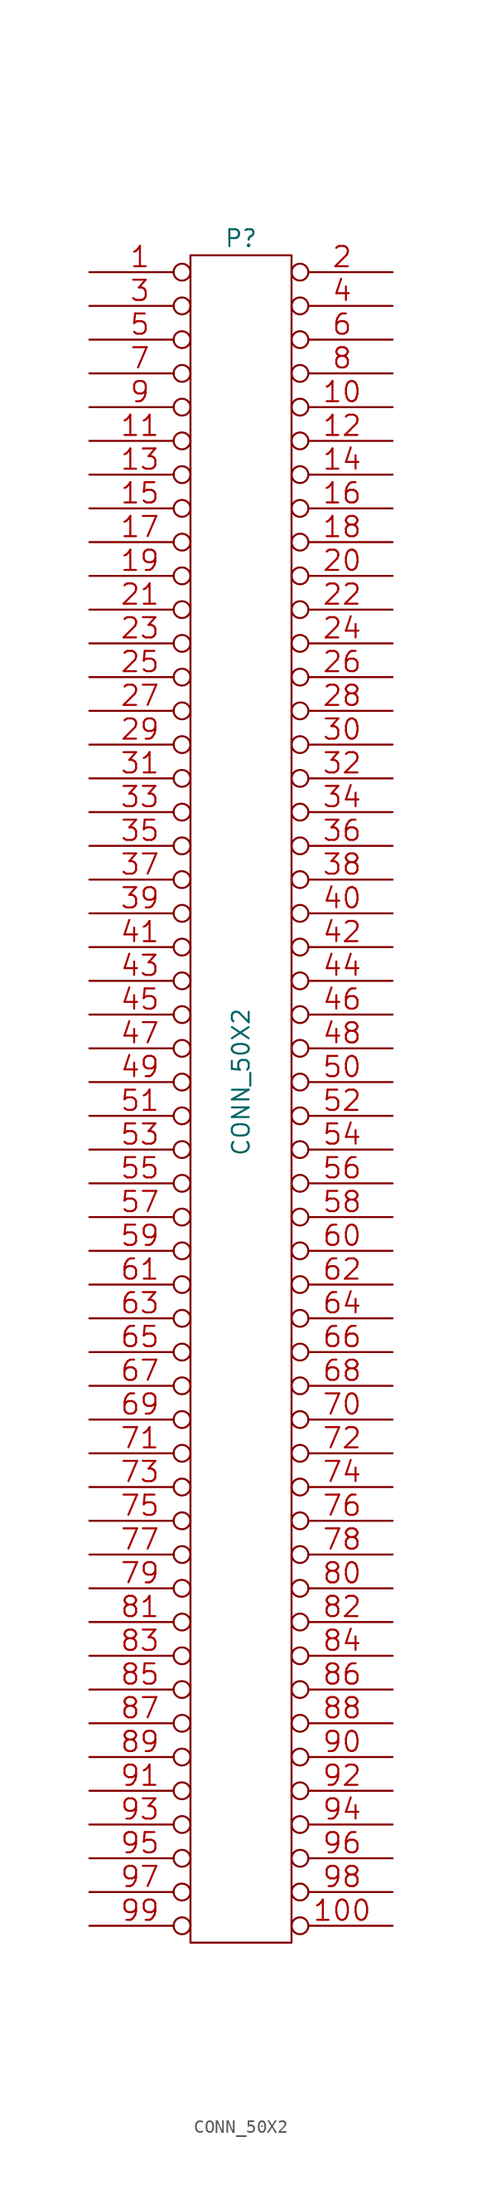
<source format=kicad_sym>
(kicad_symbol_lib
  (version 20211014)
  (generator kicad_symbol_editor)
  (symbol "CONN_50X2"
    (pin_names
      (offset 1.016) hide)
    (property "Reference" "P"
      (at 0 64.77 0)
      (effects (font (size 1.27 1.27))))
    (property "Value" "CONN_50X2"
      (at 0 1.27 90)
      (effects (font (size 1.27 1.27))))
    (symbol "CONN_50X2_0_1"
      (rectangle (start -3.81 -63.5) (end 3.81 63.5) (stroke (width 0) (type default) (color 0 0 0 0)) (fill (type none))))
    (symbol "CONN_50X2_1_1"
      (pin bidirectional inverted (at -11.43 62.23 0) (length 7.62) (name "1" (effects (font (size 0.762 0.762)))) (number "1" (effects (font (size 1.524 1.524)))))
      (pin bidirectional inverted (at 11.43 52.07 180) (length 7.62) (name "10" (effects (font (size 0.762 0.762)))) (number "10" (effects (font (size 1.524 1.524)))))
      (pin bidirectional inverted (at 11.43 -62.23 180) (length 7.62) (name "100" (effects (font (size 0.762 0.762)))) (number "100" (effects (font (size 1.524 1.524)))))
      (pin bidirectional inverted (at -11.43 49.53 0) (length 7.62) (name "11" (effects (font (size 0.762 0.762)))) (number "11" (effects (font (size 1.524 1.524)))))
      (pin bidirectional inverted (at 11.43 49.53 180) (length 7.62) (name "12" (effects (font (size 0.762 0.762)))) (number "12" (effects (font (size 1.524 1.524)))))
      (pin bidirectional inverted (at -11.43 46.99 0) (length 7.62) (name "13" (effects (font (size 0.762 0.762)))) (number "13" (effects (font (size 1.524 1.524)))))
      (pin bidirectional inverted (at 11.43 46.99 180) (length 7.62) (name "14" (effects (font (size 0.762 0.762)))) (number "14" (effects (font (size 1.524 1.524)))))
      (pin bidirectional inverted (at -11.43 44.45 0) (length 7.62) (name "15" (effects (font (size 0.762 0.762)))) (number "15" (effects (font (size 1.524 1.524)))))
      (pin bidirectional inverted (at 11.43 44.45 180) (length 7.62) (name "16" (effects (font (size 0.762 0.762)))) (number "16" (effects (font (size 1.524 1.524)))))
      (pin bidirectional inverted (at -11.43 41.91 0) (length 7.62) (name "17" (effects (font (size 0.762 0.762)))) (number "17" (effects (font (size 1.524 1.524)))))
      (pin bidirectional inverted (at 11.43 41.91 180) (length 7.62) (name "18" (effects (font (size 0.762 0.762)))) (number "18" (effects (font (size 1.524 1.524)))))
      (pin bidirectional inverted (at -11.43 39.37 0) (length 7.62) (name "19" (effects (font (size 0.762 0.762)))) (number "19" (effects (font (size 1.524 1.524)))))
      (pin bidirectional inverted (at 11.43 62.23 180) (length 7.62) (name "2" (effects (font (size 0.762 0.762)))) (number "2" (effects (font (size 1.524 1.524)))))
      (pin bidirectional inverted (at 11.43 39.37 180) (length 7.62) (name "20" (effects (font (size 0.762 0.762)))) (number "20" (effects (font (size 1.524 1.524)))))
      (pin bidirectional inverted (at -11.43 36.83 0) (length 7.62) (name "21" (effects (font (size 0.762 0.762)))) (number "21" (effects (font (size 1.524 1.524)))))
      (pin bidirectional inverted (at 11.43 36.83 180) (length 7.62) (name "22" (effects (font (size 0.762 0.762)))) (number "22" (effects (font (size 1.524 1.524)))))
      (pin bidirectional inverted (at -11.43 34.29 0) (length 7.62) (name "23" (effects (font (size 0.762 0.762)))) (number "23" (effects (font (size 1.524 1.524)))))
      (pin bidirectional inverted (at 11.43 34.29 180) (length 7.62) (name "24" (effects (font (size 0.762 0.762)))) (number "24" (effects (font (size 1.524 1.524)))))
      (pin bidirectional inverted (at -11.43 31.75 0) (length 7.62) (name "25" (effects (font (size 0.762 0.762)))) (number "25" (effects (font (size 1.524 1.524)))))
      (pin bidirectional inverted (at 11.43 31.75 180) (length 7.62) (name "26" (effects (font (size 0.762 0.762)))) (number "26" (effects (font (size 1.524 1.524)))))
      (pin bidirectional inverted (at -11.43 29.21 0) (length 7.62) (name "27" (effects (font (size 0.762 0.762)))) (number "27" (effects (font (size 1.524 1.524)))))
      (pin bidirectional inverted (at 11.43 29.21 180) (length 7.62) (name "28" (effects (font (size 0.762 0.762)))) (number "28" (effects (font (size 1.524 1.524)))))
      (pin bidirectional inverted (at -11.43 26.67 0) (length 7.62) (name "29" (effects (font (size 0.762 0.762)))) (number "29" (effects (font (size 1.524 1.524)))))
      (pin bidirectional inverted (at -11.43 59.69 0) (length 7.62) (name "3" (effects (font (size 0.762 0.762)))) (number "3" (effects (font (size 1.524 1.524)))))
      (pin bidirectional inverted (at 11.43 26.67 180) (length 7.62) (name "30" (effects (font (size 0.762 0.762)))) (number "30" (effects (font (size 1.524 1.524)))))
      (pin bidirectional inverted (at -11.43 24.13 0) (length 7.62) (name "31" (effects (font (size 0.762 0.762)))) (number "31" (effects (font (size 1.524 1.524)))))
      (pin bidirectional inverted (at 11.43 24.13 180) (length 7.62) (name "32" (effects (font (size 0.762 0.762)))) (number "32" (effects (font (size 1.524 1.524)))))
      (pin bidirectional inverted (at -11.43 21.59 0) (length 7.62) (name "33" (effects (font (size 0.762 0.762)))) (number "33" (effects (font (size 1.524 1.524)))))
      (pin bidirectional inverted (at 11.43 21.59 180) (length 7.62) (name "34" (effects (font (size 0.762 0.762)))) (number "34" (effects (font (size 1.524 1.524)))))
      (pin bidirectional inverted (at -11.43 19.05 0) (length 7.62) (name "35" (effects (font (size 0.762 0.762)))) (number "35" (effects (font (size 1.524 1.524)))))
      (pin bidirectional inverted (at 11.43 19.05 180) (length 7.62) (name "36" (effects (font (size 0.762 0.762)))) (number "36" (effects (font (size 1.524 1.524)))))
      (pin bidirectional inverted (at -11.43 16.51 0) (length 7.62) (name "37" (effects (font (size 0.762 0.762)))) (number "37" (effects (font (size 1.524 1.524)))))
      (pin bidirectional inverted (at 11.43 16.51 180) (length 7.62) (name "38" (effects (font (size 0.762 0.762)))) (number "38" (effects (font (size 1.524 1.524)))))
      (pin bidirectional inverted (at -11.43 13.97 0) (length 7.62) (name "39" (effects (font (size 0.762 0.762)))) (number "39" (effects (font (size 1.524 1.524)))))
      (pin bidirectional inverted (at 11.43 59.69 180) (length 7.62) (name "4" (effects (font (size 0.762 0.762)))) (number "4" (effects (font (size 1.524 1.524)))))
      (pin bidirectional inverted (at 11.43 13.97 180) (length 7.62) (name "40" (effects (font (size 0.762 0.762)))) (number "40" (effects (font (size 1.524 1.524)))))
      (pin bidirectional inverted (at -11.43 11.43 0) (length 7.62) (name "41" (effects (font (size 0.762 0.762)))) (number "41" (effects (font (size 1.524 1.524)))))
      (pin bidirectional inverted (at 11.43 11.43 180) (length 7.62) (name "42" (effects (font (size 0.762 0.762)))) (number "42" (effects (font (size 1.524 1.524)))))
      (pin bidirectional inverted (at -11.43 8.89 0) (length 7.62) (name "43" (effects (font (size 0.762 0.762)))) (number "43" (effects (font (size 1.524 1.524)))))
      (pin bidirectional inverted (at 11.43 8.89 180) (length 7.62) (name "44" (effects (font (size 0.762 0.762)))) (number "44" (effects (font (size 1.524 1.524)))))
      (pin bidirectional inverted (at -11.43 6.35 0) (length 7.62) (name "45" (effects (font (size 0.762 0.762)))) (number "45" (effects (font (size 1.524 1.524)))))
      (pin bidirectional inverted (at 11.43 6.35 180) (length 7.62) (name "46" (effects (font (size 0.762 0.762)))) (number "46" (effects (font (size 1.524 1.524)))))
      (pin bidirectional inverted (at -11.43 3.81 0) (length 7.62) (name "47" (effects (font (size 0.762 0.762)))) (number "47" (effects (font (size 1.524 1.524)))))
      (pin bidirectional inverted (at 11.43 3.81 180) (length 7.62) (name "48" (effects (font (size 0.762 0.762)))) (number "48" (effects (font (size 1.524 1.524)))))
      (pin bidirectional inverted (at -11.43 1.27 0) (length 7.62) (name "49" (effects (font (size 0.762 0.762)))) (number "49" (effects (font (size 1.524 1.524)))))
      (pin bidirectional inverted (at -11.43 57.15 0) (length 7.62) (name "5" (effects (font (size 0.762 0.762)))) (number "5" (effects (font (size 1.524 1.524)))))
      (pin bidirectional inverted (at 11.43 1.27 180) (length 7.62) (name "50" (effects (font (size 0.762 0.762)))) (number "50" (effects (font (size 1.524 1.524)))))
      (pin bidirectional inverted (at -11.43 -1.27 0) (length 7.62) (name "51" (effects (font (size 0.762 0.762)))) (number "51" (effects (font (size 1.524 1.524)))))
      (pin bidirectional inverted (at 11.43 -1.27 180) (length 7.62) (name "52" (effects (font (size 0.762 0.762)))) (number "52" (effects (font (size 1.524 1.524)))))
      (pin bidirectional inverted (at -11.43 -3.81 0) (length 7.62) (name "53" (effects (font (size 0.762 0.762)))) (number "53" (effects (font (size 1.524 1.524)))))
      (pin bidirectional inverted (at 11.43 -3.81 180) (length 7.62) (name "54" (effects (font (size 0.762 0.762)))) (number "54" (effects (font (size 1.524 1.524)))))
      (pin bidirectional inverted (at -11.43 -6.35 0) (length 7.62) (name "55" (effects (font (size 0.762 0.762)))) (number "55" (effects (font (size 1.524 1.524)))))
      (pin bidirectional inverted (at 11.43 -6.35 180) (length 7.62) (name "56" (effects (font (size 0.762 0.762)))) (number "56" (effects (font (size 1.524 1.524)))))
      (pin bidirectional inverted (at -11.43 -8.89 0) (length 7.62) (name "57" (effects (font (size 0.762 0.762)))) (number "57" (effects (font (size 1.524 1.524)))))
      (pin bidirectional inverted (at 11.43 -8.89 180) (length 7.62) (name "58" (effects (font (size 0.762 0.762)))) (number "58" (effects (font (size 1.524 1.524)))))
      (pin bidirectional inverted (at -11.43 -11.43 0) (length 7.62) (name "59" (effects (font (size 0.762 0.762)))) (number "59" (effects (font (size 1.524 1.524)))))
      (pin bidirectional inverted (at 11.43 57.15 180) (length 7.62) (name "6" (effects (font (size 0.762 0.762)))) (number "6" (effects (font (size 1.524 1.524)))))
      (pin bidirectional inverted (at 11.43 -11.43 180) (length 7.62) (name "60" (effects (font (size 0.762 0.762)))) (number "60" (effects (font (size 1.524 1.524)))))
      (pin bidirectional inverted (at -11.43 -13.97 0) (length 7.62) (name "61" (effects (font (size 0.762 0.762)))) (number "61" (effects (font (size 1.524 1.524)))))
      (pin bidirectional inverted (at 11.43 -13.97 180) (length 7.62) (name "62" (effects (font (size 0.762 0.762)))) (number "62" (effects (font (size 1.524 1.524)))))
      (pin bidirectional inverted (at -11.43 -16.51 0) (length 7.62) (name "63" (effects (font (size 0.762 0.762)))) (number "63" (effects (font (size 1.524 1.524)))))
      (pin bidirectional inverted (at 11.43 -16.51 180) (length 7.62) (name "64" (effects (font (size 0.762 0.762)))) (number "64" (effects (font (size 1.524 1.524)))))
      (pin bidirectional inverted (at -11.43 -19.05 0) (length 7.62) (name "65" (effects (font (size 0.762 0.762)))) (number "65" (effects (font (size 1.524 1.524)))))
      (pin bidirectional inverted (at 11.43 -19.05 180) (length 7.62) (name "66" (effects (font (size 0.762 0.762)))) (number "66" (effects (font (size 1.524 1.524)))))
      (pin bidirectional inverted (at -11.43 -21.59 0) (length 7.62) (name "67" (effects (font (size 0.762 0.762)))) (number "67" (effects (font (size 1.524 1.524)))))
      (pin bidirectional inverted (at 11.43 -21.59 180) (length 7.62) (name "68" (effects (font (size 0.762 0.762)))) (number "68" (effects (font (size 1.524 1.524)))))
      (pin bidirectional inverted (at -11.43 -24.13 0) (length 7.62) (name "69" (effects (font (size 0.762 0.762)))) (number "69" (effects (font (size 1.524 1.524)))))
      (pin bidirectional inverted (at -11.43 54.61 0) (length 7.62) (name "7" (effects (font (size 0.762 0.762)))) (number "7" (effects (font (size 1.524 1.524)))))
      (pin bidirectional inverted (at 11.43 -24.13 180) (length 7.62) (name "70" (effects (font (size 0.762 0.762)))) (number "70" (effects (font (size 1.524 1.524)))))
      (pin bidirectional inverted (at -11.43 -26.67 0) (length 7.62) (name "71" (effects (font (size 0.762 0.762)))) (number "71" (effects (font (size 1.524 1.524)))))
      (pin bidirectional inverted (at 11.43 -26.67 180) (length 7.62) (name "72" (effects (font (size 0.762 0.762)))) (number "72" (effects (font (size 1.524 1.524)))))
      (pin bidirectional inverted (at -11.43 -29.21 0) (length 7.62) (name "73" (effects (font (size 0.762 0.762)))) (number "73" (effects (font (size 1.524 1.524)))))
      (pin bidirectional inverted (at 11.43 -29.21 180) (length 7.62) (name "74" (effects (font (size 0.762 0.762)))) (number "74" (effects (font (size 1.524 1.524)))))
      (pin bidirectional inverted (at -11.43 -31.75 0) (length 7.62) (name "75" (effects (font (size 0.762 0.762)))) (number "75" (effects (font (size 1.524 1.524)))))
      (pin bidirectional inverted (at 11.43 -31.75 180) (length 7.62) (name "76" (effects (font (size 0.762 0.762)))) (number "76" (effects (font (size 1.524 1.524)))))
      (pin bidirectional inverted (at -11.43 -34.29 0) (length 7.62) (name "77" (effects (font (size 0.762 0.762)))) (number "77" (effects (font (size 1.524 1.524)))))
      (pin bidirectional inverted (at 11.43 -34.29 180) (length 7.62) (name "78" (effects (font (size 0.762 0.762)))) (number "78" (effects (font (size 1.524 1.524)))))
      (pin bidirectional inverted (at -11.43 -36.83 0) (length 7.62) (name "79" (effects (font (size 0.762 0.762)))) (number "79" (effects (font (size 1.524 1.524)))))
      (pin bidirectional inverted (at 11.43 54.61 180) (length 7.62) (name "8" (effects (font (size 0.762 0.762)))) (number "8" (effects (font (size 1.524 1.524)))))
      (pin bidirectional inverted (at 11.43 -36.83 180) (length 7.62) (name "80" (effects (font (size 0.762 0.762)))) (number "80" (effects (font (size 1.524 1.524)))))
      (pin bidirectional inverted (at -11.43 -39.37 0) (length 7.62) (name "81" (effects (font (size 0.762 0.762)))) (number "81" (effects (font (size 1.524 1.524)))))
      (pin bidirectional inverted (at 11.43 -39.37 180) (length 7.62) (name "82" (effects (font (size 0.762 0.762)))) (number "82" (effects (font (size 1.524 1.524)))))
      (pin bidirectional inverted (at -11.43 -41.91 0) (length 7.62) (name "83" (effects (font (size 0.762 0.762)))) (number "83" (effects (font (size 1.524 1.524)))))
      (pin bidirectional inverted (at 11.43 -41.91 180) (length 7.62) (name "84" (effects (font (size 0.762 0.762)))) (number "84" (effects (font (size 1.524 1.524)))))
      (pin bidirectional inverted (at -11.43 -44.45 0) (length 7.62) (name "85" (effects (font (size 0.762 0.762)))) (number "85" (effects (font (size 1.524 1.524)))))
      (pin bidirectional inverted (at 11.43 -44.45 180) (length 7.62) (name "86" (effects (font (size 0.762 0.762)))) (number "86" (effects (font (size 1.524 1.524)))))
      (pin bidirectional inverted (at -11.43 -46.99 0) (length 7.62) (name "87" (effects (font (size 0.762 0.762)))) (number "87" (effects (font (size 1.524 1.524)))))
      (pin bidirectional inverted (at 11.43 -46.99 180) (length 7.62) (name "88" (effects (font (size 0.762 0.762)))) (number "88" (effects (font (size 1.524 1.524)))))
      (pin bidirectional inverted (at -11.43 -49.53 0) (length 7.62) (name "89" (effects (font (size 0.762 0.762)))) (number "89" (effects (font (size 1.524 1.524)))))
      (pin bidirectional inverted (at -11.43 52.07 0) (length 7.62) (name "9" (effects (font (size 0.762 0.762)))) (number "9" (effects (font (size 1.524 1.524)))))
      (pin bidirectional inverted (at 11.43 -49.53 180) (length 7.62) (name "90" (effects (font (size 0.762 0.762)))) (number "90" (effects (font (size 1.524 1.524)))))
      (pin bidirectional inverted (at -11.43 -52.07 0) (length 7.62) (name "91" (effects (font (size 0.762 0.762)))) (number "91" (effects (font (size 1.524 1.524)))))
      (pin bidirectional inverted (at 11.43 -52.07 180) (length 7.62) (name "92" (effects (font (size 0.762 0.762)))) (number "92" (effects (font (size 1.524 1.524)))))
      (pin bidirectional inverted (at -11.43 -54.61 0) (length 7.62) (name "93" (effects (font (size 0.762 0.762)))) (number "93" (effects (font (size 1.524 1.524)))))
      (pin bidirectional inverted (at 11.43 -54.61 180) (length 7.62) (name "94" (effects (font (size 0.762 0.762)))) (number "94" (effects (font (size 1.524 1.524)))))
      (pin bidirectional inverted (at -11.43 -57.15 0) (length 7.62) (name "95" (effects (font (size 0.762 0.762)))) (number "95" (effects (font (size 1.524 1.524)))))
      (pin bidirectional inverted (at 11.43 -57.15 180) (length 7.62) (name "96" (effects (font (size 0.762 0.762)))) (number "96" (effects (font (size 1.524 1.524)))))
      (pin bidirectional inverted (at -11.43 -59.69 0) (length 7.62) (name "97" (effects (font (size 0.762 0.762)))) (number "97" (effects (font (size 1.524 1.524)))))
      (pin bidirectional inverted (at 11.43 -59.69 180) (length 7.62) (name "98" (effects (font (size 0.762 0.762)))) (number "98" (effects (font (size 1.524 1.524)))))
      (pin bidirectional inverted (at -11.43 -62.23 0) (length 7.62) (name "99" (effects (font (size 0.762 0.762)))) (number "99" (effects (font (size 1.524 1.524))))))))
</source>
